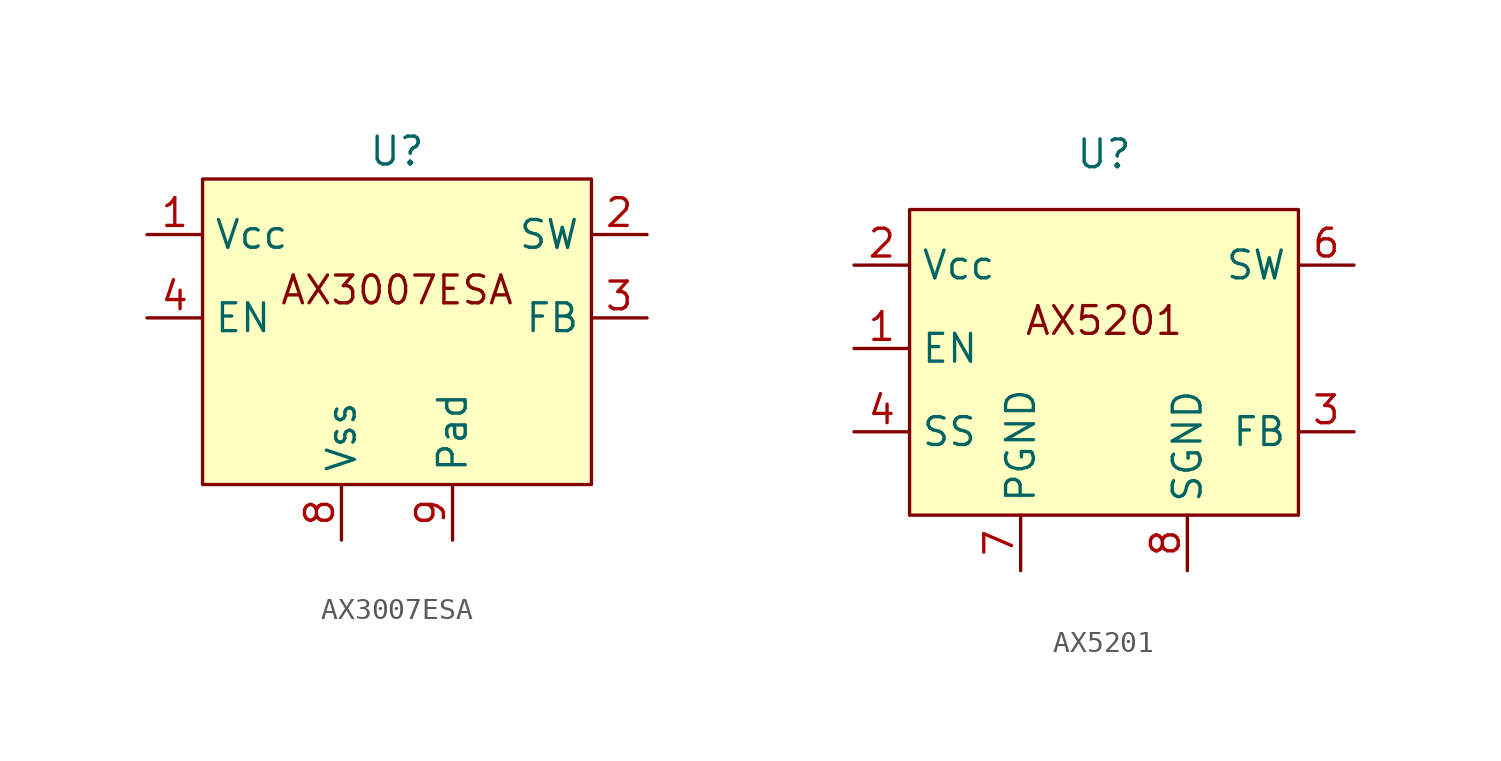
<source format=kicad_sym>
(kicad_symbol_lib
  (version 20220914)
  (generator kicad_symbol_editor)
  (symbol "AX3007ESA"
    (property "Reference" "U"
      (at 0 6.35 0)
      (effects (font (size 1.27 1.27))))
    (property "Value" ""
      (at 0 0 0)
      (effects (font (size 1.27 1.27))))
    (symbol "AX3007ESA_1_1"
      (rectangle (start -8.89 5.08) (end 8.89 -8.89) (stroke (width 0) (type default)) (fill (type background)))
      (text "AX3007ESA" (at 0 0 0) (effects (font (size 1.27 1.27))))
      (pin power_in line (at -11.43 2.54 0) (length 2.54) (name "Vcc" (effects (font (size 1.27 1.27)))) (number "1" (effects (font (size 1.27 1.27)))))
      (pin power_out line (at 11.43 2.54 180) (length 2.54) (name "SW" (effects (font (size 1.27 1.27)))) (number "2" (effects (font (size 1.27 1.27)))))
      (pin input line (at 11.43 -1.27 180) (length 2.54) (name "FB" (effects (font (size 1.27 1.27)))) (number "3" (effects (font (size 1.27 1.27)))))
      (pin input line (at -11.43 -1.27 0) (length 2.54) (name "EN" (effects (font (size 1.27 1.27)))) (number "4" (effects (font (size 1.27 1.27)))))
      (pin passive line (at -2.54 -11.43 90) (length 2.54) hide (name "Vss" (effects (font (size 1.27 1.27)))) (number "5" (effects (font (size 1.27 1.27)))))
      (pin passive line (at -2.54 -11.43 90) (length 2.54) hide (name "Vss" (effects (font (size 1.27 1.27)))) (number "6" (effects (font (size 1.27 1.27)))))
      (pin passive line (at -2.54 -11.43 90) (length 2.54) hide (name "Vss" (effects (font (size 1.27 1.27)))) (number "7" (effects (font (size 1.27 1.27)))))
      (pin power_in line (at -2.54 -11.43 90) (length 2.54) (name "Vss" (effects (font (size 1.27 1.27)))) (number "8" (effects (font (size 1.27 1.27)))))
      (pin power_in line (at 2.54 -11.43 90) (length 2.54) (name "Pad" (effects (font (size 1.27 1.27)))) (number "9" (effects (font (size 1.27 1.27)))))))
  (symbol "AX5201"
    (property "Reference" "U"
      (at 0 8.89 0)
      (effects (font (size 1.27 1.27))))
    (property "Value" ""
      (at 0 0 0)
      (effects (font (size 1.27 1.27))))
    (symbol "AX5201_1_1"
      (rectangle (start -8.89 6.35) (end 8.89 -7.62) (stroke (width 0) (type default)) (fill (type background)))
      (text "AX5201" (at 0 1.27 0) (effects (font (size 1.27 1.27))))
      (pin input line (at -11.43 0 0) (length 2.54) (name "EN" (effects (font (size 1.27 1.27)))) (number "1" (effects (font (size 1.27 1.27)))))
      (pin power_in line (at -11.43 3.81 0) (length 2.54) (name "Vcc" (effects (font (size 1.27 1.27)))) (number "2" (effects (font (size 1.27 1.27)))))
      (pin input line (at 11.43 -3.81 180) (length 2.54) (name "FB" (effects (font (size 1.27 1.27)))) (number "3" (effects (font (size 1.27 1.27)))))
      (pin input line (at -11.43 -3.81 0) (length 2.54) (name "SS" (effects (font (size 1.27 1.27)))) (number "4" (effects (font (size 1.27 1.27)))))
      (pin passive line (at 11.43 3.81 180) (length 2.54) hide (name "SW" (effects (font (size 1.27 1.27)))) (number "5" (effects (font (size 1.27 1.27)))))
      (pin power_out line (at 11.43 3.81 180) (length 2.54) (name "SW" (effects (font (size 1.27 1.27)))) (number "6" (effects (font (size 1.27 1.27)))))
      (pin power_out line (at -3.81 -10.16 90) (length 2.54) (name "PGND" (effects (font (size 1.27 1.27)))) (number "7" (effects (font (size 1.27 1.27)))))
      (pin power_in line (at 3.81 -10.16 90) (length 2.54) (name "SGND" (effects (font (size 1.27 1.27)))) (number "8" (effects (font (size 1.27 1.27)))))
      (pin passive line (at 11.43 3.81 180) (length 2.54) hide (name "Pad" (effects (font (size 1.27 1.27)))) (number "9" (effects (font (size 1.27 1.27))))))))
</source>
